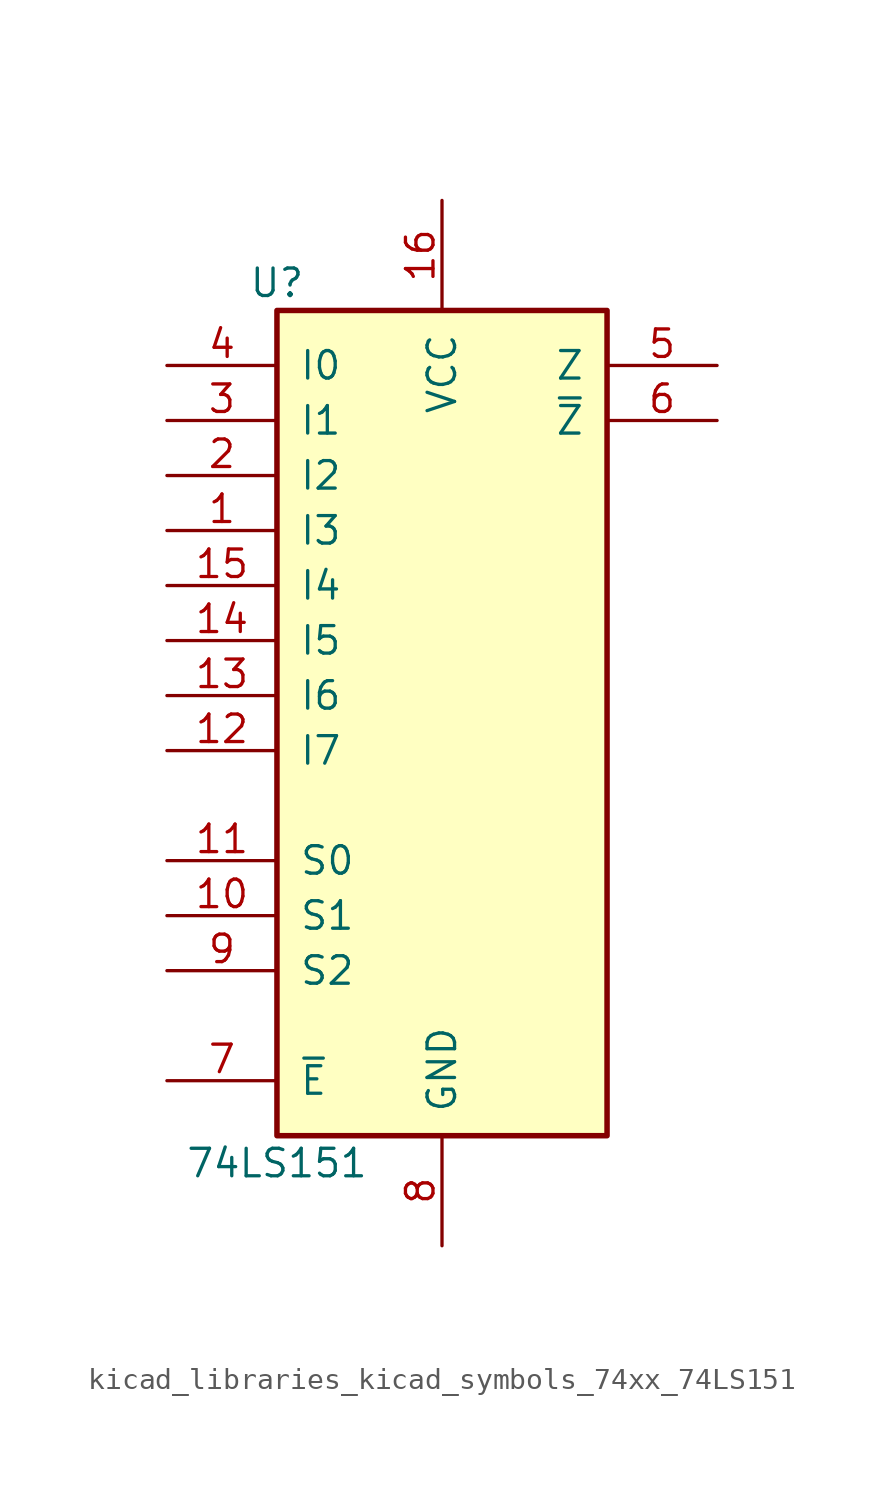
<source format=kicad_sym>
(kicad_symbol_lib
  (version 20220914)
  (generator kicad_symbol_editor)
  (symbol "kicad_libraries_kicad_symbols_74xx_74LS151"
    (pin_names
      (offset 1.016))
    (property "Reference" "U"
      (at -7.62 19.05 0)
      (effects (font (size 1.27 1.27))))
    (property "Value" "74LS151"
      (at -7.62 -21.59 0)
      (effects (font (size 1.27 1.27))))
    (property "ki_locked" ""
      (at 0 0 0)
      (effects (font (size 1.27 1.27))))
    (symbol "kicad_libraries_kicad_symbols_74xx_74LS151_1_0"
      (pin input line (at -12.7 7.62 0) (length 5.08) (name "I3" (effects (font (size 1.27 1.27)))) (number "1" (effects (font (size 1.27 1.27)))))
      (pin input line (at -12.7 -10.16 0) (length 5.08) (name "S1" (effects (font (size 1.27 1.27)))) (number "10" (effects (font (size 1.27 1.27)))))
      (pin input line (at -12.7 -7.62 0) (length 5.08) (name "S0" (effects (font (size 1.27 1.27)))) (number "11" (effects (font (size 1.27 1.27)))))
      (pin input line (at -12.7 -2.54 0) (length 5.08) (name "I7" (effects (font (size 1.27 1.27)))) (number "12" (effects (font (size 1.27 1.27)))))
      (pin input line (at -12.7 0 0) (length 5.08) (name "I6" (effects (font (size 1.27 1.27)))) (number "13" (effects (font (size 1.27 1.27)))))
      (pin input line (at -12.7 2.54 0) (length 5.08) (name "I5" (effects (font (size 1.27 1.27)))) (number "14" (effects (font (size 1.27 1.27)))))
      (pin input line (at -12.7 5.08 0) (length 5.08) (name "I4" (effects (font (size 1.27 1.27)))) (number "15" (effects (font (size 1.27 1.27)))))
      (pin power_in line (at 0 22.86 270) (length 5.08) (name "VCC" (effects (font (size 1.27 1.27)))) (number "16" (effects (font (size 1.27 1.27)))))
      (pin input line (at -12.7 10.16 0) (length 5.08) (name "I2" (effects (font (size 1.27 1.27)))) (number "2" (effects (font (size 1.27 1.27)))))
      (pin input line (at -12.7 12.7 0) (length 5.08) (name "I1" (effects (font (size 1.27 1.27)))) (number "3" (effects (font (size 1.27 1.27)))))
      (pin input line (at -12.7 15.24 0) (length 5.08) (name "I0" (effects (font (size 1.27 1.27)))) (number "4" (effects (font (size 1.27 1.27)))))
      (pin output line (at 12.7 15.24 180) (length 5.08) (name "Z" (effects (font (size 1.27 1.27)))) (number "5" (effects (font (size 1.27 1.27)))))
      (pin output line (at 12.7 12.7 180) (length 5.08) (name "~{Z}" (effects (font (size 1.27 1.27)))) (number "6" (effects (font (size 1.27 1.27)))))
      (pin input line (at -12.7 -17.78 0) (length 5.08) (name "~{E}" (effects (font (size 1.27 1.27)))) (number "7" (effects (font (size 1.27 1.27)))))
      (pin power_in line (at 0 -25.4 90) (length 5.08) (name "GND" (effects (font (size 1.27 1.27)))) (number "8" (effects (font (size 1.27 1.27)))))
      (pin input line (at -12.7 -12.7 0) (length 5.08) (name "S2" (effects (font (size 1.27 1.27)))) (number "9" (effects (font (size 1.27 1.27))))))
    (symbol "kicad_libraries_kicad_symbols_74xx_74LS151_1_1"
      (rectangle (start -7.62 17.78) (end 7.62 -20.32) (stroke (width 0.254) (type default)) (fill (type background))))))
</source>
